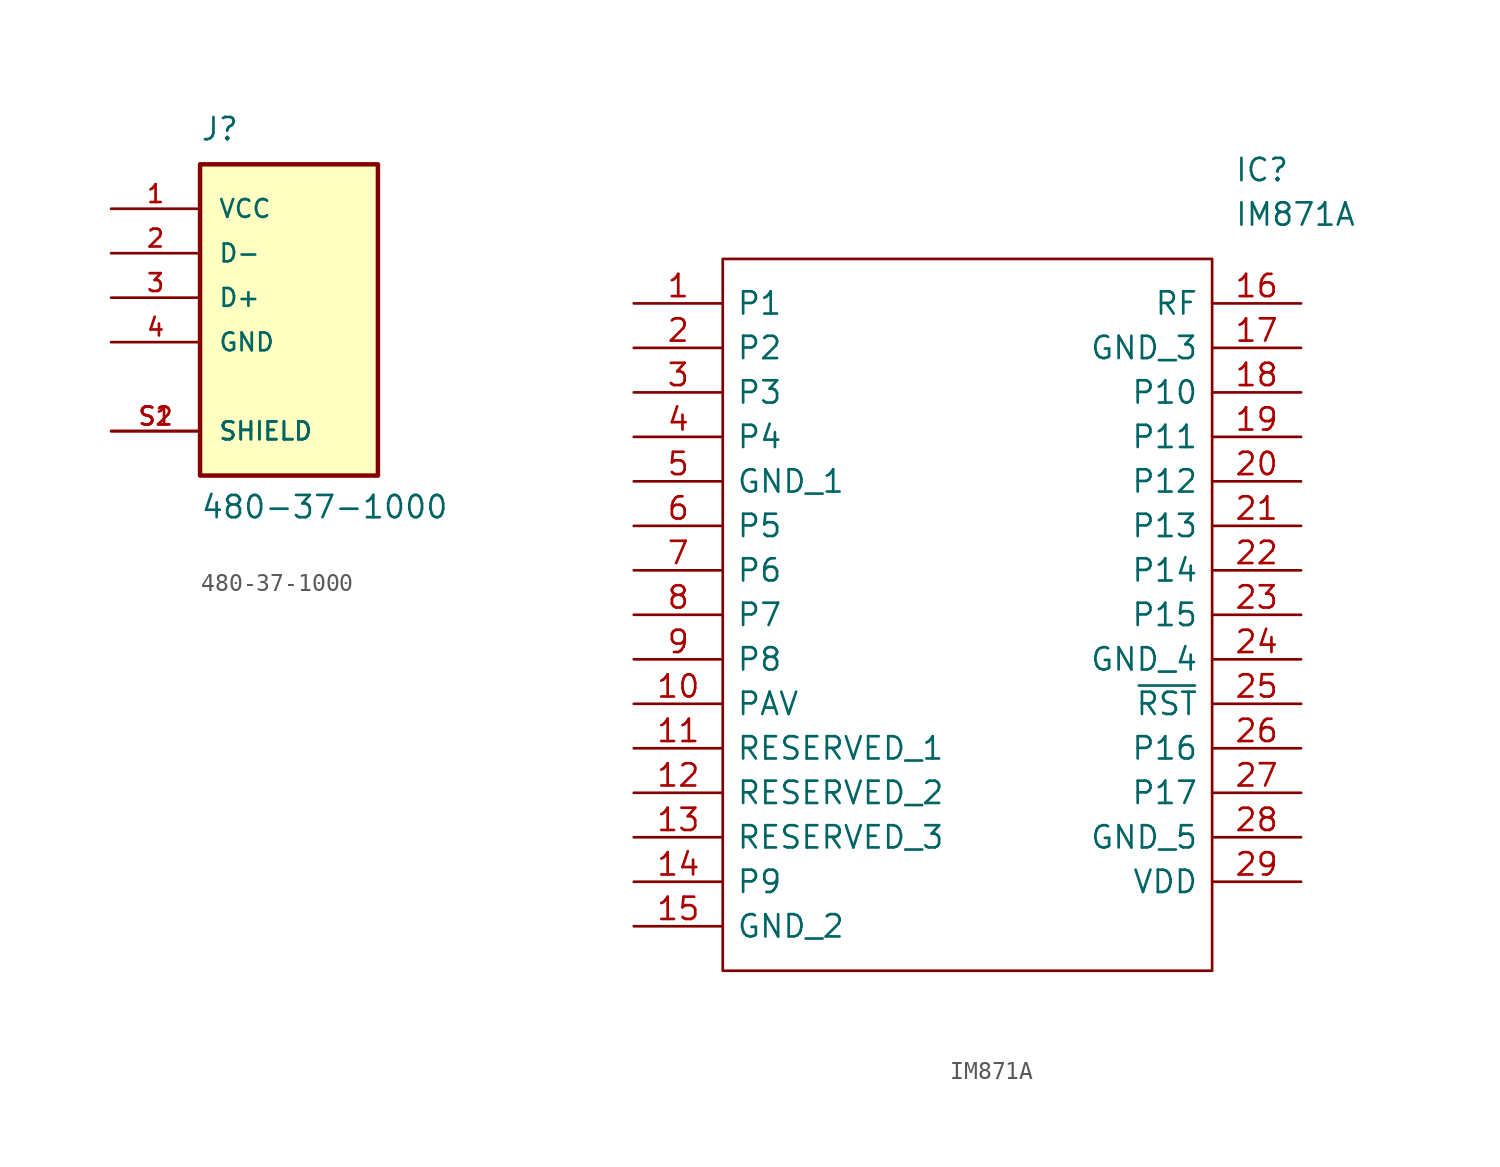
<source format=kicad_sym>
(kicad_symbol_lib
  (version 20211014)
  (generator kicad_symbol_editor)
  (symbol "480-37-1000"
    (pin_names
      (offset 1.016))
    (property "Reference" "J"
      (at -5.08 8.89 0)
      (effects (font (size 1.27 1.27)) (justify left bottom)))
    (property "Value" "480-37-1000"
      (at -5.08 -12.7 0)
      (effects (font (size 1.27 1.27)) (justify left bottom)))
    (property "ki_locked" ""
      (at 0 0 0)
      (effects (font (size 1.27 1.27))))
    (symbol "480-37-1000_0_0"
      (rectangle (start -5.08 -10.16) (end 5.08 7.62) (stroke (width 0.254) (type default) (color 0 0 0 0)) (fill (type background)))
      (pin power_in line (at -10.16 5.08 0) (length 5.08) (name "VCC" (effects (font (size 1.016 1.016)))) (number "1" (effects (font (size 1.016 1.016)))))
      (pin bidirectional line (at -10.16 2.54 0) (length 5.08) (name "D-" (effects (font (size 1.016 1.016)))) (number "2" (effects (font (size 1.016 1.016)))))
      (pin bidirectional line (at -10.16 0 0) (length 5.08) (name "D+" (effects (font (size 1.016 1.016)))) (number "3" (effects (font (size 1.016 1.016)))))
      (pin power_in line (at -10.16 -2.54 0) (length 5.08) (name "GND" (effects (font (size 1.016 1.016)))) (number "4" (effects (font (size 1.016 1.016)))))
      (pin passive line (at -10.16 -7.62 0) (length 5.08) (name "SHIELD" (effects (font (size 1.016 1.016)))) (number "S1" (effects (font (size 1.016 1.016)))))
      (pin passive line (at -10.16 -7.62 0) (length 5.08) (name "SHIELD" (effects (font (size 1.016 1.016)))) (number "S2" (effects (font (size 1.016 1.016)))))))
  (symbol "IM871A"
    (pin_names
      (offset 0.762))
    (property "Reference" "IC"
      (at 34.29 7.62 0)
      (effects (font (size 1.27 1.27)) (justify left)))
    (property "Value" "IM871A"
      (at 34.29 5.08 0)
      (effects (font (size 1.27 1.27)) (justify left)))
    (symbol "IM871A_0_0"
      (pin passive line (at 0 0 0) (length 5.08) (name "P1" (effects (font (size 1.27 1.27)))) (number "1" (effects (font (size 1.27 1.27)))))
      (pin passive line (at 0 -22.86 0) (length 5.08) (name "PAV" (effects (font (size 1.27 1.27)))) (number "10" (effects (font (size 1.27 1.27)))))
      (pin passive line (at 0 -25.4 0) (length 5.08) (name "RESERVED_1" (effects (font (size 1.27 1.27)))) (number "11" (effects (font (size 1.27 1.27)))))
      (pin passive line (at 0 -27.94 0) (length 5.08) (name "RESERVED_2" (effects (font (size 1.27 1.27)))) (number "12" (effects (font (size 1.27 1.27)))))
      (pin passive line (at 0 -30.48 0) (length 5.08) (name "RESERVED_3" (effects (font (size 1.27 1.27)))) (number "13" (effects (font (size 1.27 1.27)))))
      (pin passive line (at 0 -33.02 0) (length 5.08) (name "P9" (effects (font (size 1.27 1.27)))) (number "14" (effects (font (size 1.27 1.27)))))
      (pin passive line (at 0 -35.56 0) (length 5.08) (name "GND_2" (effects (font (size 1.27 1.27)))) (number "15" (effects (font (size 1.27 1.27)))))
      (pin passive line (at 38.1 0 180) (length 5.08) (name "RF" (effects (font (size 1.27 1.27)))) (number "16" (effects (font (size 1.27 1.27)))))
      (pin passive line (at 38.1 -2.54 180) (length 5.08) (name "GND_3" (effects (font (size 1.27 1.27)))) (number "17" (effects (font (size 1.27 1.27)))))
      (pin passive line (at 38.1 -5.08 180) (length 5.08) (name "P10" (effects (font (size 1.27 1.27)))) (number "18" (effects (font (size 1.27 1.27)))))
      (pin passive line (at 38.1 -7.62 180) (length 5.08) (name "P11" (effects (font (size 1.27 1.27)))) (number "19" (effects (font (size 1.27 1.27)))))
      (pin passive line (at 0 -2.54 0) (length 5.08) (name "P2" (effects (font (size 1.27 1.27)))) (number "2" (effects (font (size 1.27 1.27)))))
      (pin passive line (at 38.1 -10.16 180) (length 5.08) (name "P12" (effects (font (size 1.27 1.27)))) (number "20" (effects (font (size 1.27 1.27)))))
      (pin passive line (at 38.1 -12.7 180) (length 5.08) (name "P13" (effects (font (size 1.27 1.27)))) (number "21" (effects (font (size 1.27 1.27)))))
      (pin passive line (at 38.1 -15.24 180) (length 5.08) (name "P14" (effects (font (size 1.27 1.27)))) (number "22" (effects (font (size 1.27 1.27)))))
      (pin passive line (at 38.1 -17.78 180) (length 5.08) (name "P15" (effects (font (size 1.27 1.27)))) (number "23" (effects (font (size 1.27 1.27)))))
      (pin passive line (at 38.1 -20.32 180) (length 5.08) (name "GND_4" (effects (font (size 1.27 1.27)))) (number "24" (effects (font (size 1.27 1.27)))))
      (pin passive line (at 38.1 -22.86 180) (length 5.08) (name "~{RST}" (effects (font (size 1.27 1.27)))) (number "25" (effects (font (size 1.27 1.27)))))
      (pin passive line (at 38.1 -25.4 180) (length 5.08) (name "P16" (effects (font (size 1.27 1.27)))) (number "26" (effects (font (size 1.27 1.27)))))
      (pin passive line (at 38.1 -27.94 180) (length 5.08) (name "P17" (effects (font (size 1.27 1.27)))) (number "27" (effects (font (size 1.27 1.27)))))
      (pin passive line (at 38.1 -30.48 180) (length 5.08) (name "GND_5" (effects (font (size 1.27 1.27)))) (number "28" (effects (font (size 1.27 1.27)))))
      (pin passive line (at 38.1 -33.02 180) (length 5.08) (name "VDD" (effects (font (size 1.27 1.27)))) (number "29" (effects (font (size 1.27 1.27)))))
      (pin passive line (at 0 -5.08 0) (length 5.08) (name "P3" (effects (font (size 1.27 1.27)))) (number "3" (effects (font (size 1.27 1.27)))))
      (pin passive line (at 0 -7.62 0) (length 5.08) (name "P4" (effects (font (size 1.27 1.27)))) (number "4" (effects (font (size 1.27 1.27)))))
      (pin passive line (at 0 -10.16 0) (length 5.08) (name "GND_1" (effects (font (size 1.27 1.27)))) (number "5" (effects (font (size 1.27 1.27)))))
      (pin passive line (at 0 -12.7 0) (length 5.08) (name "P5" (effects (font (size 1.27 1.27)))) (number "6" (effects (font (size 1.27 1.27)))))
      (pin passive line (at 0 -15.24 0) (length 5.08) (name "P6" (effects (font (size 1.27 1.27)))) (number "7" (effects (font (size 1.27 1.27)))))
      (pin passive line (at 0 -17.78 0) (length 5.08) (name "P7" (effects (font (size 1.27 1.27)))) (number "8" (effects (font (size 1.27 1.27)))))
      (pin passive line (at 0 -20.32 0) (length 5.08) (name "P8" (effects (font (size 1.27 1.27)))) (number "9" (effects (font (size 1.27 1.27))))))
    (symbol "IM871A_0_1"
      (polyline (pts (xy 5.08 2.54) (xy 33.02 2.54) (xy 33.02 -38.1) (xy 5.08 -38.1) (xy 5.08 2.54)) (stroke (width 0.152) (type default) (color 0 0 0 0)) (fill (type none))))))
</source>
